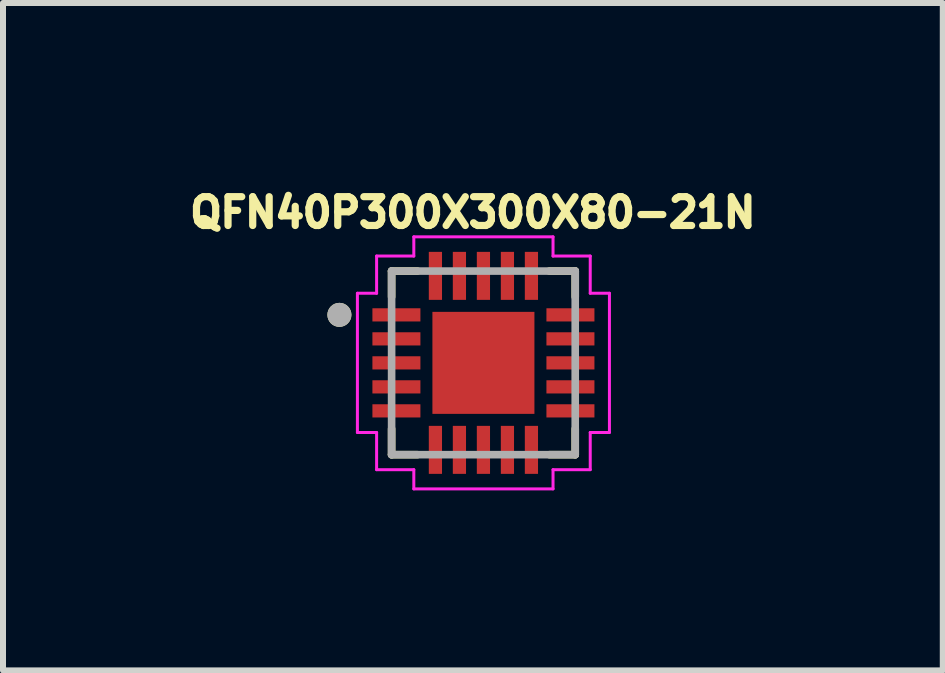
<source format=kicad_pcb>
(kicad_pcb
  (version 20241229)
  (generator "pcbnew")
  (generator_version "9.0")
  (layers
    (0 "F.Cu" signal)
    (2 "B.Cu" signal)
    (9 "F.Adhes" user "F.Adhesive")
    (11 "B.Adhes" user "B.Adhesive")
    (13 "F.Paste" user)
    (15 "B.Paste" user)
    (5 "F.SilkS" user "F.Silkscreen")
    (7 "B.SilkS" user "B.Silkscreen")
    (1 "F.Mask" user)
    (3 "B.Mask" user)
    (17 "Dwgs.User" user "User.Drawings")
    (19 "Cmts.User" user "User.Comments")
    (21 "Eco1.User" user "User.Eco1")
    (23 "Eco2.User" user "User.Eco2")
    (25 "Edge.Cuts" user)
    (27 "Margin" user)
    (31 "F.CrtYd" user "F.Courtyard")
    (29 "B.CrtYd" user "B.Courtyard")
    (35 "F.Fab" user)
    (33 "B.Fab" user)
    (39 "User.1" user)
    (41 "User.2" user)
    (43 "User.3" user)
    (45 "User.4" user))
  (footprint "QFN40P300X300X80-21N"
    (layer "F.Cu")
    (at 5.006 2.997)
    (property "Reference" "QFN40P300X300X80-21N" (at -0.176 -2.505 0) (layer "F.SilkS") (effects (font (size 0.48 0.48) (thickness 0.15))))
    (attr smd)
    (fp_line (start -1.53 -1.53) (end -1.1 -1.53) (stroke (width 0.127) (type solid)) (layer "F.SilkS"))
    (fp_line (start -1.53 -1.1) (end -1.53 -1.53) (stroke (width 0.127) (type solid)) (layer "F.SilkS"))
    (fp_line (start -1.53 1.1) (end -1.53 1.53) (stroke (width 0.127) (type solid)) (layer "F.SilkS"))
    (fp_line (start -1.53 1.53) (end -1.1 1.53) (stroke (width 0.127) (type solid)) (layer "F.SilkS"))
    (fp_line (start 1.1 -1.53) (end 1.53 -1.53) (stroke (width 0.127) (type solid)) (layer "F.SilkS"))
    (fp_line (start 1.1 1.53) (end 1.53 1.53) (stroke (width 0.127) (type solid)) (layer "F.SilkS"))
    (fp_line (start 1.53 -1.53) (end 1.53 -1.1) (stroke (width 0.127) (type solid)) (layer "F.SilkS"))
    (fp_line (start 1.53 1.53) (end 1.53 1.1) (stroke (width 0.127) (type solid)) (layer "F.SilkS"))
    (fp_circle (center -2.4 -0.8) (end -2.3 -0.8) (stroke (width 0.2) (type solid)) (fill no) (layer "F.SilkS"))
    (fp_poly (pts (xy -0.686 0.085) (xy -0.085 0.085) (xy -0.085 0.686) (xy -0.686 0.686)) (stroke (width 0.01) (type solid)) (fill yes) (layer "F.Paste"))
    (fp_poly (pts (xy -0.686 -0.685) (xy -0.085 -0.685) (xy -0.085 -0.085) (xy -0.686 -0.085)) (stroke (width 0.01) (type solid)) (fill yes) (layer "F.Paste"))
    (fp_poly (pts (xy 0.085 0.085) (xy 0.685 0.085) (xy 0.685 0.686) (xy 0.085 0.686)) (stroke (width 0.01) (type solid)) (fill yes) (layer "F.Paste"))
    (fp_poly (pts (xy 0.085 -0.685) (xy 0.685 -0.685) (xy 0.685 -0.085) (xy 0.085 -0.085)) (stroke (width 0.01) (type solid)) (fill yes) (layer "F.Paste"))
    (fp_line (start -2.1 -1.16) (end -1.78 -1.16) (stroke (width 0.05) (type solid)) (layer "F.CrtYd"))
    (fp_line (start -2.1 1.16) (end -2.1 -1.16) (stroke (width 0.05) (type solid)) (layer "F.CrtYd"))
    (fp_line (start -1.78 -1.78) (end -1.16 -1.78) (stroke (width 0.05) (type solid)) (layer "F.CrtYd"))
    (fp_line (start -1.78 -1.16) (end -1.78 -1.78) (stroke (width 0.05) (type solid)) (layer "F.CrtYd"))
    (fp_line (start -1.78 1.16) (end -2.1 1.16) (stroke (width 0.05) (type solid)) (layer "F.CrtYd"))
    (fp_line (start -1.78 1.78) (end -1.78 1.16) (stroke (width 0.05) (type solid)) (layer "F.CrtYd"))
    (fp_line (start -1.16 -2.1) (end 1.16 -2.1) (stroke (width 0.05) (type solid)) (layer "F.CrtYd"))
    (fp_line (start -1.16 -1.78) (end -1.16 -2.1) (stroke (width 0.05) (type solid)) (layer "F.CrtYd"))
    (fp_line (start -1.16 1.78) (end -1.78 1.78) (stroke (width 0.05) (type solid)) (layer "F.CrtYd"))
    (fp_line (start -1.16 2.1) (end -1.16 1.78) (stroke (width 0.05) (type solid)) (layer "F.CrtYd"))
    (fp_line (start 1.16 -2.1) (end 1.16 -1.78) (stroke (width 0.05) (type solid)) (layer "F.CrtYd"))
    (fp_line (start 1.16 -1.78) (end 1.78 -1.78) (stroke (width 0.05) (type solid)) (layer "F.CrtYd"))
    (fp_line (start 1.16 1.78) (end 1.16 2.1) (stroke (width 0.05) (type solid)) (layer "F.CrtYd"))
    (fp_line (start 1.16 2.1) (end -1.16 2.1) (stroke (width 0.05) (type solid)) (layer "F.CrtYd"))
    (fp_line (start 1.78 -1.78) (end 1.78 -1.16) (stroke (width 0.05) (type solid)) (layer "F.CrtYd"))
    (fp_line (start 1.78 -1.16) (end 2.1 -1.16) (stroke (width 0.05) (type solid)) (layer "F.CrtYd"))
    (fp_line (start 1.78 1.16) (end 1.78 1.78) (stroke (width 0.05) (type solid)) (layer "F.CrtYd"))
    (fp_line (start 1.78 1.78) (end 1.16 1.78) (stroke (width 0.05) (type solid)) (layer "F.CrtYd"))
    (fp_line (start 2.1 -1.16) (end 2.1 1.16) (stroke (width 0.05) (type solid)) (layer "F.CrtYd"))
    (fp_line (start 2.1 1.16) (end 1.78 1.16) (stroke (width 0.05) (type solid)) (layer "F.CrtYd"))
    (fp_line (start -1.53 -1.53) (end 1.53 -1.53) (stroke (width 0.127) (type solid)) (layer "F.Fab"))
    (fp_line (start -1.53 1.53) (end -1.53 -1.53) (stroke (width 0.127) (type solid)) (layer "F.Fab"))
    (fp_line (start 1.53 -1.53) (end 1.53 1.53) (stroke (width 0.127) (type solid)) (layer "F.Fab"))
    (fp_line (start 1.53 1.53) (end -1.53 1.53) (stroke (width 0.127) (type solid)) (layer "F.Fab"))
    (fp_circle (center -2.4 -0.8) (end -2.3 -0.8) (stroke (width 0.2) (type solid)) (fill no) (layer "F.Fab"))
    (pad "1" smd roundrect (at -1.45 -0.8) (size 0.8 0.22) (layers "F.Cu" "F.Mask" "F.Paste") (roundrect_rratio 0.01))
    (pad "2" smd roundrect (at -1.45 -0.4) (size 0.8 0.22) (layers "F.Cu" "F.Mask" "F.Paste") (roundrect_rratio 0.01))
    (pad "3" smd roundrect (at -1.45 0) (size 0.8 0.22) (layers "F.Cu" "F.Mask" "F.Paste") (roundrect_rratio 0.01))
    (pad "4" smd roundrect (at -1.45 0.4) (size 0.8 0.22) (layers "F.Cu" "F.Mask" "F.Paste") (roundrect_rratio 0.01))
    (pad "5" smd roundrect (at -1.45 0.8) (size 0.8 0.22) (layers "F.Cu" "F.Mask" "F.Paste") (roundrect_rratio 0.01))
    (pad "6" smd roundrect (at -0.8 1.45 90) (size 0.8 0.22) (layers "F.Cu" "F.Mask" "F.Paste") (roundrect_rratio 0.01))
    (pad "7" smd roundrect (at -0.4 1.45 90) (size 0.8 0.22) (layers "F.Cu" "F.Mask" "F.Paste") (roundrect_rratio 0.01))
    (pad "8" smd roundrect (at 0 1.45 90) (size 0.8 0.22) (layers "F.Cu" "F.Mask" "F.Paste") (roundrect_rratio 0.01))
    (pad "9" smd roundrect (at 0.4 1.45 90) (size 0.8 0.22) (layers "F.Cu" "F.Mask" "F.Paste") (roundrect_rratio 0.01))
    (pad "10" smd roundrect (at 0.8 1.45 90) (size 0.8 0.22) (layers "F.Cu" "F.Mask" "F.Paste") (roundrect_rratio 0.01))
    (pad "11" smd roundrect (at 1.45 0.8 180) (size 0.8 0.22) (layers "F.Cu" "F.Mask" "F.Paste") (roundrect_rratio 0.01))
    (pad "12" smd roundrect (at 1.45 0.4 180) (size 0.8 0.22) (layers "F.Cu" "F.Mask" "F.Paste") (roundrect_rratio 0.01))
    (pad "13" smd roundrect (at 1.45 0 180) (size 0.8 0.22) (layers "F.Cu" "F.Mask" "F.Paste") (roundrect_rratio 0.01))
    (pad "14" smd roundrect (at 1.45 -0.4 180) (size 0.8 0.22) (layers "F.Cu" "F.Mask" "F.Paste") (roundrect_rratio 0.01))
    (pad "15" smd roundrect (at 1.45 -0.8 180) (size 0.8 0.22) (layers "F.Cu" "F.Mask" "F.Paste") (roundrect_rratio 0.01))
    (pad "16" smd roundrect (at 0.8 -1.45 270) (size 0.8 0.22) (layers "F.Cu" "F.Mask" "F.Paste") (roundrect_rratio 0.01))
    (pad "17" smd roundrect (at 0.4 -1.45 270) (size 0.8 0.22) (layers "F.Cu" "F.Mask" "F.Paste") (roundrect_rratio 0.01))
    (pad "18" smd roundrect (at 0 -1.45 270) (size 0.8 0.22) (layers "F.Cu" "F.Mask" "F.Paste") (roundrect_rratio 0.01))
    (pad "19" smd roundrect (at -0.4 -1.45 270) (size 0.8 0.22) (layers "F.Cu" "F.Mask" "F.Paste") (roundrect_rratio 0.01))
    (pad "20" smd roundrect (at -0.8 -1.45 270) (size 0.8 0.22) (layers "F.Cu" "F.Mask" "F.Paste") (roundrect_rratio 0.01))
    (pad "21" smd rect (at 0 0 270) (size 1.7 1.7) (layers "F.Cu" "F.Mask")))
  (gr_rect
    (start -3 -3)
    (end 12.661 8.122)
    (stroke (width 0.1) (type default))
    (fill no)
    (layer "Edge.Cuts")))
</source>
